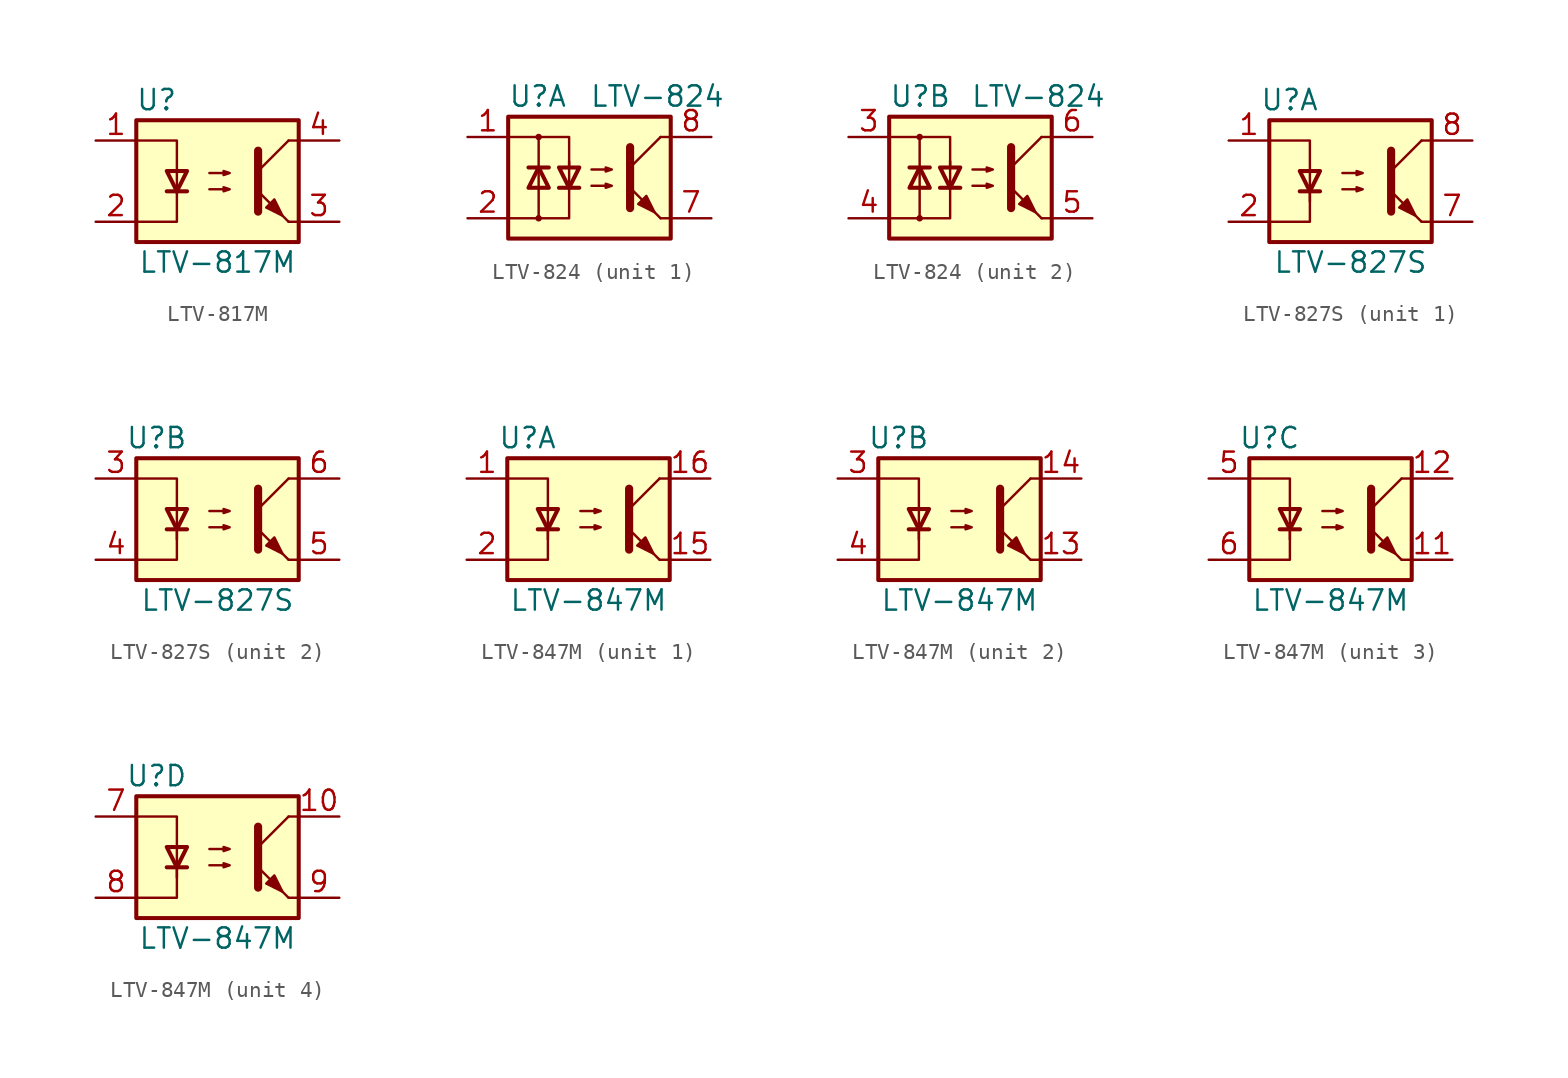
<source format=kicad_sym>
(kicad_symbol_lib
  (version 20201005)
  (generator kicad_symbol_editor)
  (symbol "LTV-817M"
    (pin_names
      (offset 1.016))
    (property "Reference" "U"
      (at -3.81 5.08 0)
      (effects (font (size 1.27 1.27))))
    (property "Value" "LTV-817M"
      (at 0 -5.08 0)
      (effects (font (size 1.27 1.27))))
    (symbol "LTV-817M_1_1"
      (rectangle (start -5.08 3.81) (end 5.08 -3.81) (stroke (width 0.254)) (fill (type background)))
      (polyline (pts (xy -3.175 -0.635) (xy -1.905 -0.635)) (stroke (width 0.254)) (fill (type none)))
      (polyline (pts (xy 2.54 0.635) (xy 4.445 2.54)) (stroke (width 0)) (fill (type none)))
      (polyline (pts (xy 4.445 -2.54) (xy 2.54 -0.635)) (stroke (width 0)) (fill (type outline)))
      (polyline (pts (xy 4.445 -2.54) (xy 5.08 -2.54)) (stroke (width 0)) (fill (type none)))
      (polyline (pts (xy 4.445 2.54) (xy 5.08 2.54)) (stroke (width 0)) (fill (type none)))
      (polyline (pts (xy -5.08 2.54) (xy -2.54 2.54) (xy -2.54 -0.762)) (stroke (width 0)) (fill (type none)))
      (polyline (pts (xy -2.54 -0.635) (xy -2.54 -2.54) (xy -5.08 -2.54)) (stroke (width 0)) (fill (type none)))
      (polyline (pts (xy 2.54 1.905) (xy 2.54 -1.905) (xy 2.54 -1.905)) (stroke (width 0.508)) (fill (type none)))
      (polyline (pts (xy -2.54 -0.635) (xy -3.175 0.635) (xy -1.905 0.635) (xy -2.54 -0.635)) (stroke (width 0.254)) (fill (type none)))
      (polyline (pts (xy -0.508 -0.508) (xy 0.762 -0.508) (xy 0.381 -0.635) (xy 0.381 -0.381) (xy 0.762 -0.508)) (stroke (width 0)) (fill (type none)))
      (polyline (pts (xy -0.508 0.508) (xy 0.762 0.508) (xy 0.381 0.381) (xy 0.381 0.635) (xy 0.762 0.508)) (stroke (width 0)) (fill (type none)))
      (polyline (pts (xy 3.048 -1.651) (xy 3.556 -1.143) (xy 4.064 -2.159) (xy 3.048 -1.651) (xy 3.048 -1.651)) (stroke (width 0)) (fill (type outline)))
      (pin passive line (at -7.62 2.54 0) (length 2.54) (name "~" (effects (font (size 1.27 1.27)))) (number "1" (effects (font (size 1.27 1.27)))))
      (pin passive line (at -7.62 -2.54 0) (length 2.54) (name "~" (effects (font (size 1.27 1.27)))) (number "2" (effects (font (size 1.27 1.27)))))
      (pin passive line (at 7.62 -2.54 180) (length 2.54) (name "~" (effects (font (size 1.27 1.27)))) (number "3" (effects (font (size 1.27 1.27)))))
      (pin passive line (at 7.62 2.54 180) (length 2.54) (name "~" (effects (font (size 1.27 1.27)))) (number "4" (effects (font (size 1.27 1.27)))))))
  (symbol "LTV-824"
    (pin_names
      (offset 1.016))
    (property "Reference" "U"
      (at -5.08 5.08 0)
      (effects (font (size 1.27 1.27)) (justify left)))
    (property "Value" "LTV-824"
      (at 0 5.08 0)
      (effects (font (size 1.27 1.27)) (justify left)))
    (symbol "LTV-824_0_1"
      (circle (center -3.175 -2.54) (radius 0.127) (stroke (width 0)) (fill (type none)))
      (circle (center -3.175 2.54) (radius 0.127) (stroke (width 0)) (fill (type none)))
      (rectangle (start -5.08 3.81) (end 5.08 -3.81) (stroke (width 0.254)) (fill (type background)))
      (polyline (pts (xy -3.81 0.635) (xy -2.54 0.635)) (stroke (width 0.254)) (fill (type none)))
      (polyline (pts (xy -3.175 0.635) (xy -3.175 -2.54)) (stroke (width 0)) (fill (type none)))
      (polyline (pts (xy -3.175 0.635) (xy -3.175 2.54)) (stroke (width 0)) (fill (type none)))
      (polyline (pts (xy -1.905 -0.635) (xy -0.635 -0.635)) (stroke (width 0.254)) (fill (type none)))
      (polyline (pts (xy 2.54 0.635) (xy 4.445 2.54)) (stroke (width 0)) (fill (type none)))
      (polyline (pts (xy 4.445 -2.54) (xy 2.54 -0.635)) (stroke (width 0)) (fill (type outline)))
      (polyline (pts (xy 4.445 -2.54) (xy 5.08 -2.54)) (stroke (width 0)) (fill (type none)))
      (polyline (pts (xy 4.445 2.54) (xy 5.08 2.54)) (stroke (width 0)) (fill (type none)))
      (polyline (pts (xy -5.08 2.54) (xy -1.27 2.54) (xy -1.27 0.635)) (stroke (width 0)) (fill (type none)))
      (polyline (pts (xy -1.27 1.016) (xy -1.27 -2.54) (xy -5.08 -2.54)) (stroke (width 0)) (fill (type none)))
      (polyline (pts (xy 2.54 1.905) (xy 2.54 -1.905) (xy 2.54 -1.905)) (stroke (width 0.508)) (fill (type none)))
      (polyline (pts (xy -3.175 0.635) (xy -3.81 -0.635) (xy -2.54 -0.635) (xy -3.175 0.635)) (stroke (width 0.254)) (fill (type none)))
      (polyline (pts (xy -1.27 -0.635) (xy -1.905 0.635) (xy -0.635 0.635) (xy -1.27 -0.635)) (stroke (width 0.254)) (fill (type none)))
      (polyline (pts (xy 0.127 -0.508) (xy 1.397 -0.508) (xy 1.016 -0.635) (xy 1.016 -0.381) (xy 1.397 -0.508)) (stroke (width 0)) (fill (type none)))
      (polyline (pts (xy 0.127 0.508) (xy 1.397 0.508) (xy 1.016 0.381) (xy 1.016 0.635) (xy 1.397 0.508)) (stroke (width 0)) (fill (type none)))
      (polyline (pts (xy 3.048 -1.651) (xy 3.556 -1.143) (xy 4.064 -2.159) (xy 3.048 -1.651) (xy 3.048 -1.651)) (stroke (width 0)) (fill (type outline))))
    (symbol "LTV-824_1_1"
      (pin passive line (at -7.62 2.54 0) (length 2.54) (name "~" (effects (font (size 1.27 1.27)))) (number "1" (effects (font (size 1.27 1.27)))))
      (pin passive line (at -7.62 -2.54 0) (length 2.54) (name "~" (effects (font (size 1.27 1.27)))) (number "2" (effects (font (size 1.27 1.27)))))
      (pin passive line (at 7.62 -2.54 180) (length 2.54) (name "~" (effects (font (size 1.27 1.27)))) (number "7" (effects (font (size 1.27 1.27)))))
      (pin passive line (at 7.62 2.54 180) (length 2.54) (name "~" (effects (font (size 1.27 1.27)))) (number "8" (effects (font (size 1.27 1.27))))))
    (symbol "LTV-824_2_1"
      (pin passive line (at -7.62 2.54 0) (length 2.54) (name "~" (effects (font (size 1.27 1.27)))) (number "3" (effects (font (size 1.27 1.27)))))
      (pin passive line (at -7.62 -2.54 0) (length 2.54) (name "~" (effects (font (size 1.27 1.27)))) (number "4" (effects (font (size 1.27 1.27)))))
      (pin passive line (at 7.62 -2.54 180) (length 2.54) (name "~" (effects (font (size 1.27 1.27)))) (number "5" (effects (font (size 1.27 1.27)))))
      (pin passive line (at 7.62 2.54 180) (length 2.54) (name "~" (effects (font (size 1.27 1.27)))) (number "6" (effects (font (size 1.27 1.27)))))))
  (symbol "LTV-827S"
    (pin_names
      (offset 1.016))
    (property "Reference" "U"
      (at -3.81 5.08 0)
      (effects (font (size 1.27 1.27))))
    (property "Value" "LTV-827S"
      (at 0 -5.08 0)
      (effects (font (size 1.27 1.27))))
    (symbol "LTV-827S_0_1"
      (rectangle (start -5.08 3.81) (end 5.08 -3.81) (stroke (width 0.254)) (fill (type background)))
      (polyline (pts (xy -3.175 -0.635) (xy -1.905 -0.635)) (stroke (width 0.254)) (fill (type none)))
      (polyline (pts (xy 2.54 0.635) (xy 4.445 2.54)) (stroke (width 0)) (fill (type none)))
      (polyline (pts (xy 4.445 -2.54) (xy 2.54 -0.635)) (stroke (width 0)) (fill (type outline)))
      (polyline (pts (xy 4.445 -2.54) (xy 5.08 -2.54)) (stroke (width 0)) (fill (type none)))
      (polyline (pts (xy 4.445 2.54) (xy 5.08 2.54)) (stroke (width 0)) (fill (type none)))
      (polyline (pts (xy -2.54 -0.635) (xy -2.54 -2.54) (xy -5.08 -2.54)) (stroke (width 0)) (fill (type none)))
      (polyline (pts (xy 2.54 1.905) (xy 2.54 -1.905) (xy 2.54 -1.905)) (stroke (width 0.508)) (fill (type none)))
      (polyline (pts (xy -5.08 2.54) (xy -2.54 2.54) (xy -2.54 -1.27) (xy -2.54 0.635)) (stroke (width 0)) (fill (type none)))
      (polyline (pts (xy -2.54 -0.635) (xy -3.175 0.635) (xy -1.905 0.635) (xy -2.54 -0.635)) (stroke (width 0.254)) (fill (type none)))
      (polyline (pts (xy -0.508 -0.508) (xy 0.762 -0.508) (xy 0.381 -0.635) (xy 0.381 -0.381) (xy 0.762 -0.508)) (stroke (width 0)) (fill (type none)))
      (polyline (pts (xy -0.508 0.508) (xy 0.762 0.508) (xy 0.381 0.381) (xy 0.381 0.635) (xy 0.762 0.508)) (stroke (width 0)) (fill (type none)))
      (polyline (pts (xy 3.048 -1.651) (xy 3.556 -1.143) (xy 4.064 -2.159) (xy 3.048 -1.651) (xy 3.048 -1.651)) (stroke (width 0)) (fill (type outline))))
    (symbol "LTV-827S_1_1"
      (pin passive line (at -7.62 2.54 0) (length 2.54) (name "~" (effects (font (size 1.27 1.27)))) (number "1" (effects (font (size 1.27 1.27)))))
      (pin passive line (at -7.62 -2.54 0) (length 2.54) (name "~" (effects (font (size 1.27 1.27)))) (number "2" (effects (font (size 1.27 1.27)))))
      (pin passive line (at 7.62 -2.54 180) (length 2.54) (name "~" (effects (font (size 1.27 1.27)))) (number "7" (effects (font (size 1.27 1.27)))))
      (pin passive line (at 7.62 2.54 180) (length 2.54) (name "~" (effects (font (size 1.27 1.27)))) (number "8" (effects (font (size 1.27 1.27))))))
    (symbol "LTV-827S_2_1"
      (pin passive line (at -7.62 2.54 0) (length 2.54) (name "~" (effects (font (size 1.27 1.27)))) (number "3" (effects (font (size 1.27 1.27)))))
      (pin passive line (at -7.62 -2.54 0) (length 2.54) (name "~" (effects (font (size 1.27 1.27)))) (number "4" (effects (font (size 1.27 1.27)))))
      (pin passive line (at 7.62 -2.54 180) (length 2.54) (name "~" (effects (font (size 1.27 1.27)))) (number "5" (effects (font (size 1.27 1.27)))))
      (pin passive line (at 7.62 2.54 180) (length 2.54) (name "~" (effects (font (size 1.27 1.27)))) (number "6" (effects (font (size 1.27 1.27)))))))
  (symbol "LTV-847M"
    (pin_names
      (offset 1.016))
    (property "Reference" "U"
      (at -3.81 5.08 0)
      (effects (font (size 1.27 1.27))))
    (property "Value" "LTV-847M"
      (at 0 -5.08 0)
      (effects (font (size 1.27 1.27))))
    (symbol "LTV-847M_0_1"
      (rectangle (start -5.08 3.81) (end 5.08 -3.81) (stroke (width 0.254)) (fill (type background)))
      (polyline (pts (xy -3.175 -0.635) (xy -1.905 -0.635)) (stroke (width 0.254)) (fill (type none)))
      (polyline (pts (xy 2.54 0.635) (xy 4.445 2.54)) (stroke (width 0)) (fill (type none)))
      (polyline (pts (xy 4.445 -2.54) (xy 2.54 -0.635)) (stroke (width 0)) (fill (type outline)))
      (polyline (pts (xy 4.445 -2.54) (xy 5.08 -2.54)) (stroke (width 0)) (fill (type none)))
      (polyline (pts (xy 4.445 2.54) (xy 5.08 2.54)) (stroke (width 0)) (fill (type none)))
      (polyline (pts (xy -2.54 -0.635) (xy -2.54 -2.54) (xy -5.08 -2.54)) (stroke (width 0)) (fill (type none)))
      (polyline (pts (xy 2.54 1.905) (xy 2.54 -1.905) (xy 2.54 -1.905)) (stroke (width 0.508)) (fill (type none)))
      (polyline (pts (xy -5.08 2.54) (xy -2.54 2.54) (xy -2.54 -1.27) (xy -2.54 0.635)) (stroke (width 0)) (fill (type none)))
      (polyline (pts (xy -2.54 -0.635) (xy -3.175 0.635) (xy -1.905 0.635) (xy -2.54 -0.635)) (stroke (width 0.254)) (fill (type none)))
      (polyline (pts (xy -0.508 -0.508) (xy 0.762 -0.508) (xy 0.381 -0.635) (xy 0.381 -0.381) (xy 0.762 -0.508)) (stroke (width 0)) (fill (type none)))
      (polyline (pts (xy -0.508 0.508) (xy 0.762 0.508) (xy 0.381 0.381) (xy 0.381 0.635) (xy 0.762 0.508)) (stroke (width 0)) (fill (type none)))
      (polyline (pts (xy 3.048 -1.651) (xy 3.556 -1.143) (xy 4.064 -2.159) (xy 3.048 -1.651) (xy 3.048 -1.651)) (stroke (width 0)) (fill (type outline))))
    (symbol "LTV-847M_1_1"
      (pin passive line (at -7.62 2.54 0) (length 2.54) (name "~" (effects (font (size 1.27 1.27)))) (number "1" (effects (font (size 1.27 1.27)))))
      (pin passive line (at 7.62 -2.54 180) (length 2.54) (name "~" (effects (font (size 1.27 1.27)))) (number "15" (effects (font (size 1.27 1.27)))))
      (pin passive line (at 7.62 2.54 180) (length 2.54) (name "~" (effects (font (size 1.27 1.27)))) (number "16" (effects (font (size 1.27 1.27)))))
      (pin passive line (at -7.62 -2.54 0) (length 2.54) (name "~" (effects (font (size 1.27 1.27)))) (number "2" (effects (font (size 1.27 1.27))))))
    (symbol "LTV-847M_2_1"
      (pin passive line (at 7.62 -2.54 180) (length 2.54) (name "~" (effects (font (size 1.27 1.27)))) (number "13" (effects (font (size 1.27 1.27)))))
      (pin passive line (at 7.62 2.54 180) (length 2.54) (name "~" (effects (font (size 1.27 1.27)))) (number "14" (effects (font (size 1.27 1.27)))))
      (pin passive line (at -7.62 2.54 0) (length 2.54) (name "~" (effects (font (size 1.27 1.27)))) (number "3" (effects (font (size 1.27 1.27)))))
      (pin passive line (at -7.62 -2.54 0) (length 2.54) (name "~" (effects (font (size 1.27 1.27)))) (number "4" (effects (font (size 1.27 1.27))))))
    (symbol "LTV-847M_3_1"
      (pin passive line (at 7.62 -2.54 180) (length 2.54) (name "~" (effects (font (size 1.27 1.27)))) (number "11" (effects (font (size 1.27 1.27)))))
      (pin passive line (at 7.62 2.54 180) (length 2.54) (name "~" (effects (font (size 1.27 1.27)))) (number "12" (effects (font (size 1.27 1.27)))))
      (pin passive line (at -7.62 2.54 0) (length 2.54) (name "~" (effects (font (size 1.27 1.27)))) (number "5" (effects (font (size 1.27 1.27)))))
      (pin passive line (at -7.62 -2.54 0) (length 2.54) (name "~" (effects (font (size 1.27 1.27)))) (number "6" (effects (font (size 1.27 1.27))))))
    (symbol "LTV-847M_4_1"
      (pin passive line (at 7.62 2.54 180) (length 2.54) (name "~" (effects (font (size 1.27 1.27)))) (number "10" (effects (font (size 1.27 1.27)))))
      (pin passive line (at -7.62 2.54 0) (length 2.54) (name "~" (effects (font (size 1.27 1.27)))) (number "7" (effects (font (size 1.27 1.27)))))
      (pin passive line (at -7.62 -2.54 0) (length 2.54) (name "~" (effects (font (size 1.27 1.27)))) (number "8" (effects (font (size 1.27 1.27)))))
      (pin passive line (at 7.62 -2.54 180) (length 2.54) (name "~" (effects (font (size 1.27 1.27)))) (number "9" (effects (font (size 1.27 1.27))))))))
</source>
